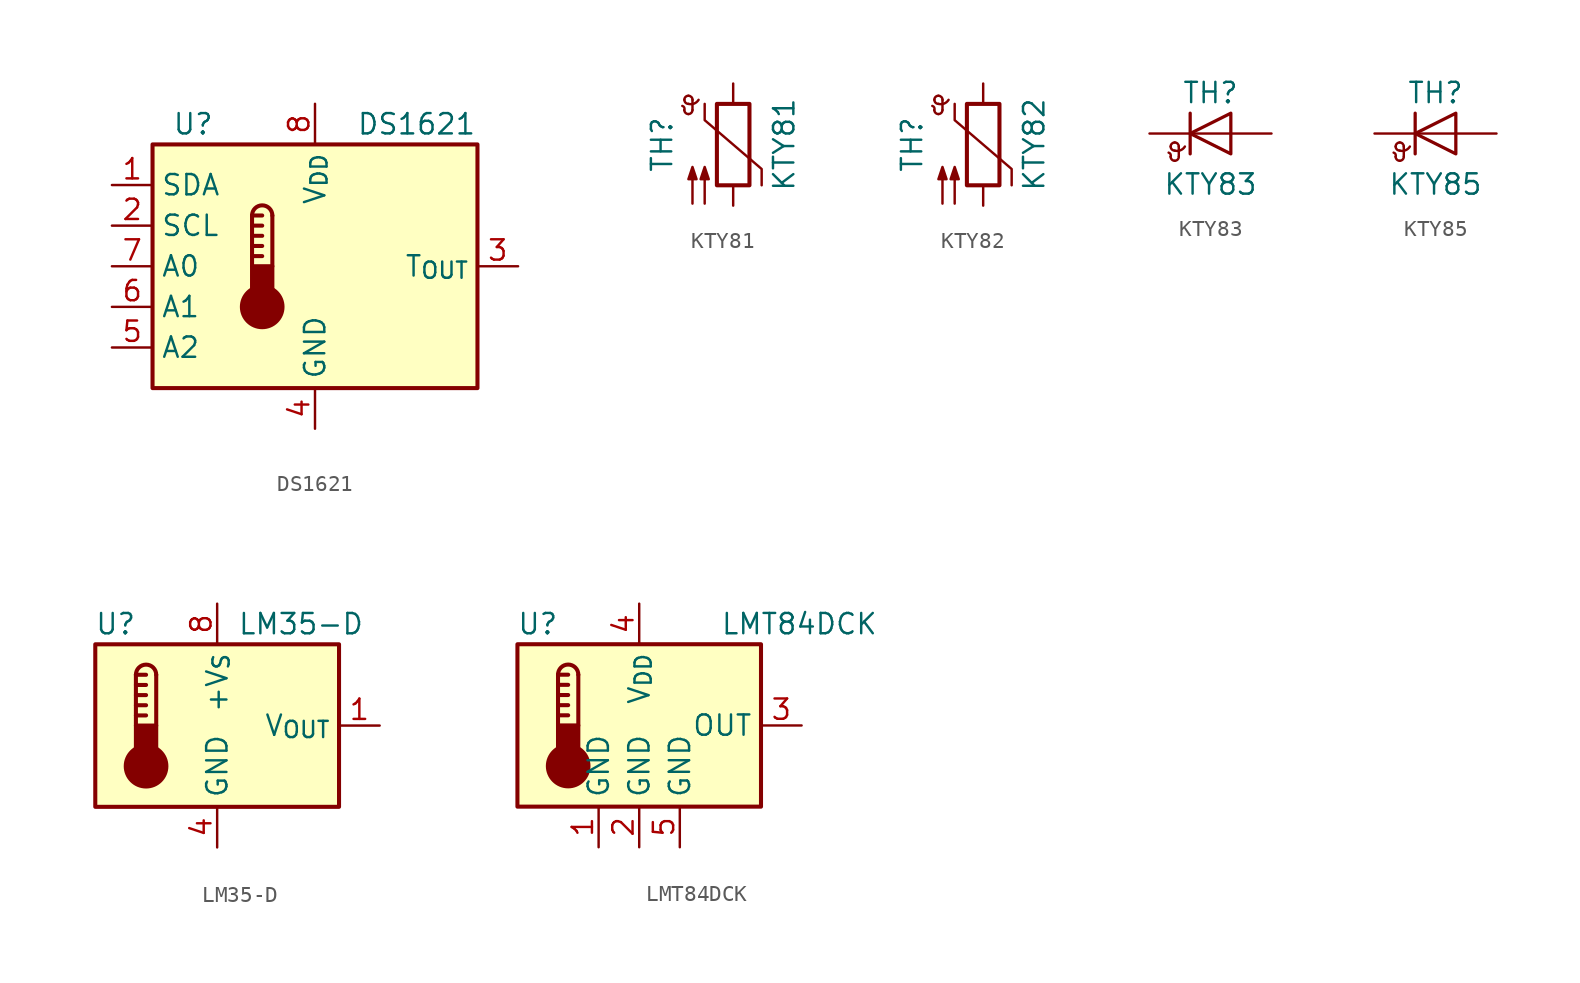
<source format=kicad_sym>
(kicad_symbol_lib
  (version 20220914)
  (generator kicad_symbol_editor)
  (symbol "DS1621"
    (property "Reference" "U"
      (at -7.62 8.89 0)
      (effects (font (size 1.27 1.27))))
    (property "Value" "DS1621"
      (at 6.35 8.89 0)
      (effects (font (size 1.27 1.27))))
    (symbol "DS1621_0_1"
      (rectangle (start -10.16 7.62) (end 10.16 -7.62) (stroke (width 0.254) (type default)) (fill (type background)))
      (circle (center -3.302 -2.54) (radius 1.27) (stroke (width 0.254) (type default)) (fill (type outline)))
      (rectangle (start -2.667 -1.905) (end -3.937 0) (stroke (width 0.254) (type default)) (fill (type outline)))
      (arc (start -2.667 3.175) (mid -3.302 3.8073) (end -3.937 3.175) (stroke (width 0.254) (type default)) (fill (type none)))
      (polyline (pts (xy -3.937 0.635) (xy -3.302 0.635)) (stroke (width 0.254) (type default)) (fill (type none)))
      (polyline (pts (xy -3.937 1.27) (xy -3.302 1.27)) (stroke (width 0.254) (type default)) (fill (type none)))
      (polyline (pts (xy -3.937 1.905) (xy -3.302 1.905)) (stroke (width 0.254) (type default)) (fill (type none)))
      (polyline (pts (xy -3.937 2.54) (xy -3.302 2.54)) (stroke (width 0.254) (type default)) (fill (type none)))
      (polyline (pts (xy -3.937 3.175) (xy -3.937 0)) (stroke (width 0.254) (type default)) (fill (type none)))
      (polyline (pts (xy -3.937 3.175) (xy -3.302 3.175)) (stroke (width 0.254) (type default)) (fill (type none)))
      (polyline (pts (xy -2.667 3.175) (xy -2.667 0)) (stroke (width 0.254) (type default)) (fill (type none))))
    (symbol "DS1621_1_1"
      (pin bidirectional line (at -12.7 5.08 0) (length 2.54) (name "SDA" (effects (font (size 1.27 1.27)))) (number "1" (effects (font (size 1.27 1.27)))))
      (pin input line (at -12.7 2.54 0) (length 2.54) (name "SCL" (effects (font (size 1.27 1.27)))) (number "2" (effects (font (size 1.27 1.27)))))
      (pin output line (at 12.7 0 180) (length 2.54) (name "T_{OUT}" (effects (font (size 1.27 1.27)))) (number "3" (effects (font (size 1.27 1.27)))))
      (pin power_in line (at 0 -10.16 90) (length 2.54) (name "GND" (effects (font (size 1.27 1.27)))) (number "4" (effects (font (size 1.27 1.27)))))
      (pin input line (at -12.7 -5.08 0) (length 2.54) (name "A2" (effects (font (size 1.27 1.27)))) (number "5" (effects (font (size 1.27 1.27)))))
      (pin input line (at -12.7 -2.54 0) (length 2.54) (name "A1" (effects (font (size 1.27 1.27)))) (number "6" (effects (font (size 1.27 1.27)))))
      (pin input line (at -12.7 0 0) (length 2.54) (name "A0" (effects (font (size 1.27 1.27)))) (number "7" (effects (font (size 1.27 1.27)))))
      (pin power_in line (at 0 10.16 270) (length 2.54) (name "V_{DD}" (effects (font (size 1.27 1.27)))) (number "8" (effects (font (size 1.27 1.27)))))))
  (symbol "KTY81"
    (pin_numbers hide)
    (pin_names
      (offset 0))
    (property "Reference" "TH"
      (at -4.445 0 90)
      (effects (font (size 1.27 1.27))))
    (property "Value" "KTY81"
      (at 3.175 0 90)
      (effects (font (size 1.27 1.27))))
    (symbol "KTY81_0_1"
      (arc (start -3.048 2.159) (mid -3.0495 2.3143) (end -3.175 2.413) (stroke (width 0) (type default)) (fill (type none)))
      (arc (start -3.048 2.159) (mid -2.9736 1.9794) (end -2.794 1.905) (stroke (width 0) (type default)) (fill (type none)))
      (arc (start -3.048 2.794) (mid -2.9736 2.6144) (end -2.794 2.54) (stroke (width 0) (type default)) (fill (type none)))
      (arc (start -2.794 1.905) (mid -2.6144 1.9794) (end -2.54 2.159) (stroke (width 0) (type default)) (fill (type none)))
      (arc (start -2.794 2.54) (mid -2.4393 2.5587) (end -2.159 2.794) (stroke (width 0) (type default)) (fill (type none)))
      (arc (start -2.794 3.048) (mid -2.9736 2.9736) (end -3.048 2.794) (stroke (width 0) (type default)) (fill (type none)))
      (arc (start -2.54 2.794) (mid -2.6144 2.9736) (end -2.794 3.048) (stroke (width 0) (type default)) (fill (type none)))
      (rectangle (start -1.016 2.54) (end 1.016 -2.54) (stroke (width 0.254) (type default)) (fill (type none)))
      (polyline (pts (xy -2.54 2.159) (xy -2.54 2.794)) (stroke (width 0) (type default)) (fill (type none)))
      (polyline (pts (xy -1.778 2.54) (xy -1.778 1.524) (xy 1.778 -1.524) (xy 1.778 -2.54)) (stroke (width 0) (type default)) (fill (type none)))
      (polyline (pts (xy -2.54 -3.683) (xy -2.54 -1.397) (xy -2.794 -2.159) (xy -2.286 -2.159) (xy -2.54 -1.397) (xy -2.54 -1.651)) (stroke (width 0) (type default)) (fill (type outline)))
      (polyline (pts (xy -1.778 -3.683) (xy -1.778 -1.397) (xy -2.032 -2.159) (xy -1.524 -2.159) (xy -1.778 -1.397) (xy -1.778 -1.651)) (stroke (width 0) (type default)) (fill (type outline))))
    (symbol "KTY81_1_1"
      (pin passive line (at 0 3.81 270) (length 1.27) (name "~" (effects (font (size 1.27 1.27)))) (number "1" (effects (font (size 1.27 1.27)))))
      (pin passive line (at 0 -3.81 90) (length 1.27) (name "~" (effects (font (size 1.27 1.27)))) (number "2" (effects (font (size 1.27 1.27)))))))
  (symbol "KTY82"
    (pin_numbers hide)
    (pin_names
      (offset 0))
    (property "Reference" "TH"
      (at -4.445 0 90)
      (effects (font (size 1.27 1.27))))
    (property "Value" "KTY82"
      (at 3.175 0 90)
      (effects (font (size 1.27 1.27))))
    (symbol "KTY82_0_1"
      (arc (start -3.048 2.159) (mid -3.0495 2.3143) (end -3.175 2.413) (stroke (width 0) (type default)) (fill (type none)))
      (arc (start -3.048 2.159) (mid -2.9736 1.9794) (end -2.794 1.905) (stroke (width 0) (type default)) (fill (type none)))
      (arc (start -3.048 2.794) (mid -2.9736 2.6144) (end -2.794 2.54) (stroke (width 0) (type default)) (fill (type none)))
      (arc (start -2.794 1.905) (mid -2.6144 1.9794) (end -2.54 2.159) (stroke (width 0) (type default)) (fill (type none)))
      (arc (start -2.794 2.54) (mid -2.4393 2.5587) (end -2.159 2.794) (stroke (width 0) (type default)) (fill (type none)))
      (arc (start -2.794 3.048) (mid -2.9736 2.9736) (end -3.048 2.794) (stroke (width 0) (type default)) (fill (type none)))
      (arc (start -2.54 2.794) (mid -2.6144 2.9736) (end -2.794 3.048) (stroke (width 0) (type default)) (fill (type none)))
      (rectangle (start -1.016 2.54) (end 1.016 -2.54) (stroke (width 0.254) (type default)) (fill (type none)))
      (polyline (pts (xy -2.54 2.159) (xy -2.54 2.794)) (stroke (width 0) (type default)) (fill (type none)))
      (polyline (pts (xy -1.778 2.54) (xy -1.778 1.524) (xy 1.778 -1.524) (xy 1.778 -2.54)) (stroke (width 0) (type default)) (fill (type none)))
      (polyline (pts (xy -2.54 -3.683) (xy -2.54 -1.397) (xy -2.794 -2.159) (xy -2.286 -2.159) (xy -2.54 -1.397) (xy -2.54 -1.651)) (stroke (width 0) (type default)) (fill (type outline)))
      (polyline (pts (xy -1.778 -3.683) (xy -1.778 -1.397) (xy -2.032 -2.159) (xy -1.524 -2.159) (xy -1.778 -1.397) (xy -1.778 -1.651)) (stroke (width 0) (type default)) (fill (type outline))))
    (symbol "KTY82_1_1"
      (pin passive line (at 0 3.81 270) (length 1.27) (name "~" (effects (font (size 1.27 1.27)))) (number "1" (effects (font (size 1.27 1.27)))))
      (pin passive line (at 0 -3.81 90) (length 1.27) (name "~" (effects (font (size 1.27 1.27)))) (number "2" (effects (font (size 1.27 1.27)))))))
  (symbol "KTY83"
    (pin_numbers hide)
    (pin_names
      (offset 0) hide)
    (property "Reference" "TH"
      (at 0 2.54 0)
      (effects (font (size 1.27 1.27))))
    (property "Value" "KTY83"
      (at 0 -3.175 0)
      (effects (font (size 1.27 1.27))))
    (symbol "KTY83_0_1"
      (arc (start -2.4892 -1.4478) (mid -2.4907 -1.2925) (end -2.6162 -1.1938) (stroke (width 0) (type default)) (fill (type none)))
      (arc (start -2.4892 -1.4478) (mid -2.4148 -1.6274) (end -2.2352 -1.7018) (stroke (width 0) (type default)) (fill (type none)))
      (arc (start -2.4892 -0.8128) (mid -2.4148 -0.9924) (end -2.2352 -1.0668) (stroke (width 0) (type default)) (fill (type none)))
      (arc (start -2.2352 -1.7018) (mid -2.0556 -1.6274) (end -1.9812 -1.4478) (stroke (width 0) (type default)) (fill (type none)))
      (arc (start -2.2352 -1.0668) (mid -1.8805 -1.0481) (end -1.6002 -0.8128) (stroke (width 0) (type default)) (fill (type none)))
      (arc (start -2.2352 -0.5588) (mid -2.4148 -0.6332) (end -2.4892 -0.8128) (stroke (width 0) (type default)) (fill (type none)))
      (arc (start -1.9812 -0.8128) (mid -2.0556 -0.6332) (end -2.2352 -0.5588) (stroke (width 0) (type default)) (fill (type none)))
      (polyline (pts (xy -1.981 -1.422) (xy -1.981 -0.813)) (stroke (width 0) (type default)) (fill (type none)))
      (polyline (pts (xy -1.27 1.27) (xy -1.27 -1.27)) (stroke (width 0.203) (type default)) (fill (type none)))
      (polyline (pts (xy 1.27 0) (xy -1.27 0)) (stroke (width 0) (type default)) (fill (type none)))
      (polyline (pts (xy 1.27 -1.27) (xy 1.27 1.27) (xy -1.27 0) (xy 1.27 -1.27)) (stroke (width 0.203) (type default)) (fill (type none))))
    (symbol "KTY83_1_1"
      (pin passive line (at -3.81 0 0) (length 2.54) (name "K" (effects (font (size 1.27 1.27)))) (number "1" (effects (font (size 1.27 1.27)))))
      (pin passive line (at 3.81 0 180) (length 2.54) (name "A" (effects (font (size 1.27 1.27)))) (number "2" (effects (font (size 1.27 1.27)))))))
  (symbol "KTY85"
    (pin_numbers hide)
    (pin_names
      (offset 0) hide)
    (property "Reference" "TH"
      (at 0 2.54 0)
      (effects (font (size 1.27 1.27))))
    (property "Value" "KTY85"
      (at 0 -3.175 0)
      (effects (font (size 1.27 1.27))))
    (symbol "KTY85_0_1"
      (arc (start -2.4892 -1.4478) (mid -2.4907 -1.2925) (end -2.6162 -1.1938) (stroke (width 0) (type default)) (fill (type none)))
      (arc (start -2.4892 -1.4478) (mid -2.4148 -1.6274) (end -2.2352 -1.7018) (stroke (width 0) (type default)) (fill (type none)))
      (arc (start -2.4892 -0.8128) (mid -2.4148 -0.9924) (end -2.2352 -1.0668) (stroke (width 0) (type default)) (fill (type none)))
      (arc (start -2.2352 -1.7018) (mid -2.0556 -1.6274) (end -1.9812 -1.4478) (stroke (width 0) (type default)) (fill (type none)))
      (arc (start -2.2352 -1.0668) (mid -1.8805 -1.0481) (end -1.6002 -0.8128) (stroke (width 0) (type default)) (fill (type none)))
      (arc (start -2.2352 -0.5588) (mid -2.4148 -0.6332) (end -2.4892 -0.8128) (stroke (width 0) (type default)) (fill (type none)))
      (arc (start -1.9812 -0.8128) (mid -2.0556 -0.6332) (end -2.2352 -0.5588) (stroke (width 0) (type default)) (fill (type none)))
      (polyline (pts (xy -1.981 -1.422) (xy -1.981 -0.813)) (stroke (width 0) (type default)) (fill (type none)))
      (polyline (pts (xy -1.27 1.27) (xy -1.27 -1.27)) (stroke (width 0.203) (type default)) (fill (type none)))
      (polyline (pts (xy 1.27 0) (xy -1.27 0)) (stroke (width 0) (type default)) (fill (type none)))
      (polyline (pts (xy 1.27 -1.27) (xy 1.27 1.27) (xy -1.27 0) (xy 1.27 -1.27)) (stroke (width 0.203) (type default)) (fill (type none))))
    (symbol "KTY85_1_1"
      (pin passive line (at -3.81 0 0) (length 2.54) (name "K" (effects (font (size 1.27 1.27)))) (number "1" (effects (font (size 1.27 1.27)))))
      (pin passive line (at 3.81 0 180) (length 2.54) (name "A" (effects (font (size 1.27 1.27)))) (number "2" (effects (font (size 1.27 1.27)))))))
  (symbol "LM35-D"
    (property "Reference" "U"
      (at -6.35 6.35 0)
      (effects (font (size 1.27 1.27))))
    (property "Value" "LM35-D"
      (at 1.27 6.35 0)
      (effects (font (size 1.27 1.27)) (justify left)))
    (symbol "LM35-D_0_1"
      (rectangle (start -7.62 5.08) (end 7.62 -5.08) (stroke (width 0.254) (type default)) (fill (type background)))
      (circle (center -4.445 -2.54) (radius 1.27) (stroke (width 0.254) (type default)) (fill (type outline)))
      (rectangle (start -3.81 -1.905) (end -5.08 0) (stroke (width 0.254) (type default)) (fill (type outline)))
      (arc (start -3.81 3.175) (mid -4.445 3.8073) (end -5.08 3.175) (stroke (width 0.254) (type default)) (fill (type none)))
      (polyline (pts (xy -5.08 0.635) (xy -4.445 0.635)) (stroke (width 0.254) (type default)) (fill (type none)))
      (polyline (pts (xy -5.08 1.27) (xy -4.445 1.27)) (stroke (width 0.254) (type default)) (fill (type none)))
      (polyline (pts (xy -5.08 1.905) (xy -4.445 1.905)) (stroke (width 0.254) (type default)) (fill (type none)))
      (polyline (pts (xy -5.08 2.54) (xy -4.445 2.54)) (stroke (width 0.254) (type default)) (fill (type none)))
      (polyline (pts (xy -5.08 3.175) (xy -5.08 0)) (stroke (width 0.254) (type default)) (fill (type none)))
      (polyline (pts (xy -5.08 3.175) (xy -4.445 3.175)) (stroke (width 0.254) (type default)) (fill (type none)))
      (polyline (pts (xy -3.81 3.175) (xy -3.81 0)) (stroke (width 0.254) (type default)) (fill (type none))))
    (symbol "LM35-D_1_1"
      (pin output line (at 10.16 0 180) (length 2.54) (name "V_{OUT}" (effects (font (size 1.27 1.27)))) (number "1" (effects (font (size 1.27 1.27)))))
      (pin no_connect line (at -2.54 -5.08 90) (length 2.54) hide (name "NC" (effects (font (size 1.27 1.27)))) (number "2" (effects (font (size 1.27 1.27)))))
      (pin no_connect line (at -2.54 5.08 270) (length 2.54) hide (name "NC" (effects (font (size 1.27 1.27)))) (number "3" (effects (font (size 1.27 1.27)))))
      (pin power_in line (at 0 -7.62 90) (length 2.54) (name "GND" (effects (font (size 1.27 1.27)))) (number "4" (effects (font (size 1.27 1.27)))))
      (pin no_connect line (at 2.54 -5.08 90) (length 2.54) hide (name "NC" (effects (font (size 1.27 1.27)))) (number "5" (effects (font (size 1.27 1.27)))))
      (pin no_connect line (at 5.08 -5.08 90) (length 2.54) hide (name "NC" (effects (font (size 1.27 1.27)))) (number "6" (effects (font (size 1.27 1.27)))))
      (pin no_connect line (at 7.62 2.54 180) (length 2.54) hide (name "NC" (effects (font (size 1.27 1.27)))) (number "7" (effects (font (size 1.27 1.27)))))
      (pin power_in line (at 0 7.62 270) (length 2.54) (name "+V_{S}" (effects (font (size 1.27 1.27)))) (number "8" (effects (font (size 1.27 1.27)))))))
  (symbol "LMT84DCK"
    (property "Reference" "U"
      (at -6.35 6.35 0)
      (effects (font (size 1.27 1.27))))
    (property "Value" "LMT84DCK"
      (at 5.08 6.35 0)
      (effects (font (size 1.27 1.27)) (justify left)))
    (symbol "LMT84DCK_0_1"
      (rectangle (start -7.62 5.08) (end 7.62 -5.08) (stroke (width 0.254) (type default)) (fill (type background)))
      (circle (center -4.445 -2.54) (radius 1.27) (stroke (width 0.254) (type default)) (fill (type outline)))
      (rectangle (start -3.81 -1.905) (end -5.08 0) (stroke (width 0.254) (type default)) (fill (type outline)))
      (arc (start -3.81 3.175) (mid -4.445 3.8073) (end -5.08 3.175) (stroke (width 0.254) (type default)) (fill (type none)))
      (polyline (pts (xy -5.08 0.635) (xy -4.445 0.635)) (stroke (width 0.254) (type default)) (fill (type none)))
      (polyline (pts (xy -5.08 1.27) (xy -4.445 1.27)) (stroke (width 0.254) (type default)) (fill (type none)))
      (polyline (pts (xy -5.08 1.905) (xy -4.445 1.905)) (stroke (width 0.254) (type default)) (fill (type none)))
      (polyline (pts (xy -5.08 2.54) (xy -4.445 2.54)) (stroke (width 0.254) (type default)) (fill (type none)))
      (polyline (pts (xy -5.08 3.175) (xy -5.08 0)) (stroke (width 0.254) (type default)) (fill (type none)))
      (polyline (pts (xy -5.08 3.175) (xy -4.445 3.175)) (stroke (width 0.254) (type default)) (fill (type none)))
      (polyline (pts (xy -3.81 3.175) (xy -3.81 0)) (stroke (width 0.254) (type default)) (fill (type none))))
    (symbol "LMT84DCK_1_1"
      (pin power_in line (at -2.54 -7.62 90) (length 2.54) (name "GND" (effects (font (size 1.27 1.27)))) (number "1" (effects (font (size 1.27 1.27)))))
      (pin power_in line (at 0 -7.62 90) (length 2.54) (name "GND" (effects (font (size 1.27 1.27)))) (number "2" (effects (font (size 1.27 1.27)))))
      (pin output line (at 10.16 0 180) (length 2.54) (name "OUT" (effects (font (size 1.27 1.27)))) (number "3" (effects (font (size 1.27 1.27)))))
      (pin power_in line (at 0 7.62 270) (length 2.54) (name "V_{DD}" (effects (font (size 1.27 1.27)))) (number "4" (effects (font (size 1.27 1.27)))))
      (pin power_in line (at 2.54 -7.62 90) (length 2.54) (name "GND" (effects (font (size 1.27 1.27)))) (number "5" (effects (font (size 1.27 1.27))))))))
</source>
